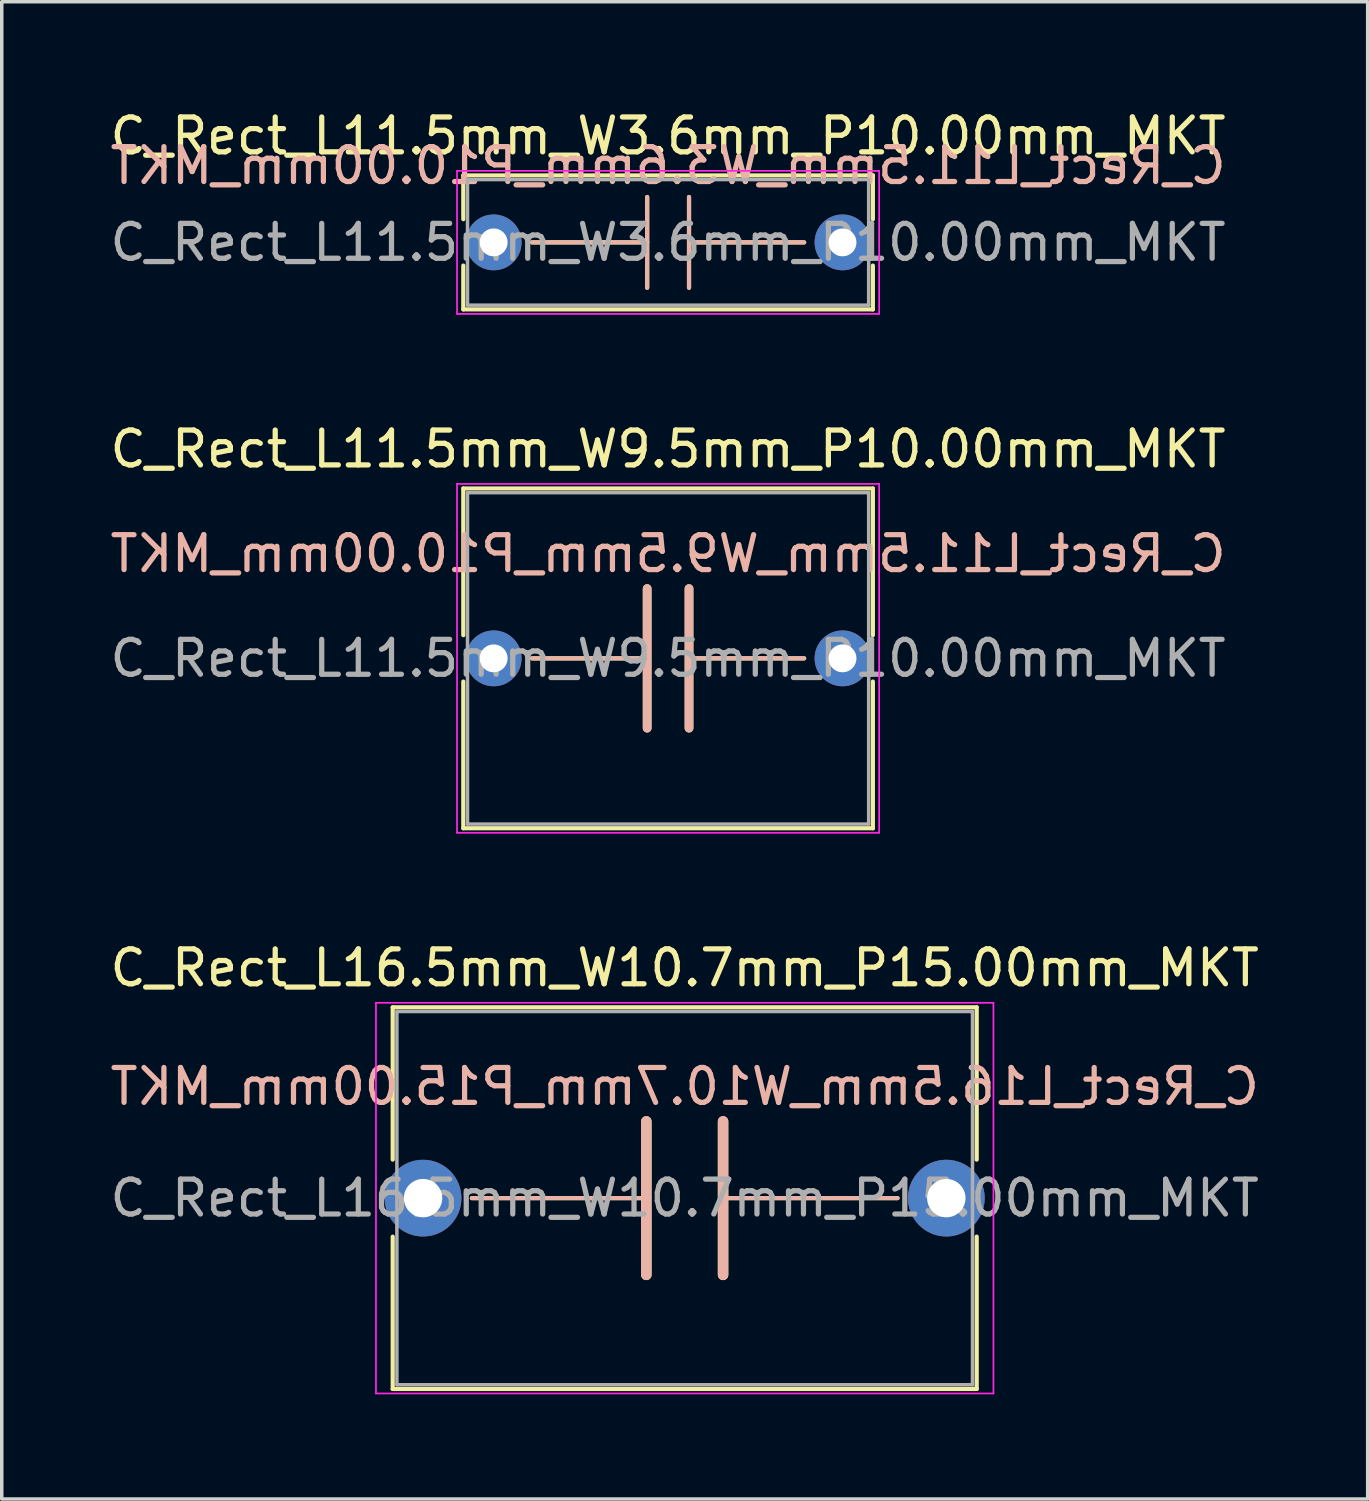
<source format=kicad_pcb>
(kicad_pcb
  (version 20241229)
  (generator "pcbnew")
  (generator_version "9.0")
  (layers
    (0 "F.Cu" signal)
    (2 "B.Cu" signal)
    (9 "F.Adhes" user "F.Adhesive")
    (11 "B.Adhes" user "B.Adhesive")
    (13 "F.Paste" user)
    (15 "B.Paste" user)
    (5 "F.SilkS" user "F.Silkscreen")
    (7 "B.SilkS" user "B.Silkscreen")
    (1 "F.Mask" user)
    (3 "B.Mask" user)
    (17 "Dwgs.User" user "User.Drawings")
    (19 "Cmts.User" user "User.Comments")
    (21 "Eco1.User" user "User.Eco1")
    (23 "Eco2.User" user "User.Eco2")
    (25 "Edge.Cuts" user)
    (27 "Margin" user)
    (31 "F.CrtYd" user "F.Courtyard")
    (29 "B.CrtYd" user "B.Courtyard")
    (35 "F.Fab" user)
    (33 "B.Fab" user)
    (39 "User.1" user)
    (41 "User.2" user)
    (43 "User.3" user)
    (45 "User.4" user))
  (footprint "C_Rect_L11.5mm_W9.5mm_P10.00mm_MKT"
    (layer "F.Cu")
    (at 11.101 15.822)
    (property "Reference" "C_Rect_L11.5mm_W9.5mm_P10.00mm_MKT" (at 5 -6 0) (layer "F.SilkS") (effects (font (size 1 1) (thickness 0.15))))
    (fp_line (start -0.87 -4.87) (end -0.87 -0.665) (stroke (width 0.12) (type solid)) (layer "F.SilkS"))
    (fp_line (start -0.87 -4.87) (end 10.87 -4.87) (stroke (width 0.12) (type solid)) (layer "F.SilkS"))
    (fp_line (start -0.87 0.665) (end -0.87 4.87) (stroke (width 0.12) (type solid)) (layer "F.SilkS"))
    (fp_line (start -0.87 4.87) (end 10.87 4.87) (stroke (width 0.12) (type solid)) (layer "F.SilkS"))
    (fp_line (start 1.1 0) (end 4.4 0) (stroke (width 0.12) (type solid)) (layer "F.SilkS"))
    (fp_line (start 4.4 2) (end 4.4 -2) (stroke (width 0.25) (type solid)) (layer "F.SilkS"))
    (fp_line (start 5.6 2) (end 5.6 -2) (stroke (width 0.25) (type solid)) (layer "F.SilkS"))
    (fp_line (start 8.9 0) (end 5.6 0) (stroke (width 0.12) (type solid)) (layer "F.SilkS"))
    (fp_line (start 10.87 -4.87) (end 10.87 -0.665) (stroke (width 0.12) (type solid)) (layer "F.SilkS"))
    (fp_line (start 10.87 0.665) (end 10.87 4.87) (stroke (width 0.12) (type solid)) (layer "F.SilkS"))
    (fp_line (start 1.1 0) (end 4.4 0) (stroke (width 0.12) (type solid)) (layer "B.SilkS"))
    (fp_line (start 4.4 -2) (end 4.4 2) (stroke (width 0.25) (type solid)) (layer "B.SilkS"))
    (fp_line (start 5.6 -2) (end 5.6 2) (stroke (width 0.25) (type solid)) (layer "B.SilkS"))
    (fp_line (start 8.9 0) (end 5.6 0) (stroke (width 0.12) (type solid)) (layer "B.SilkS"))
    (fp_line (start -1.05 -5) (end -1.05 5) (stroke (width 0.05) (type solid)) (layer "F.CrtYd"))
    (fp_line (start -1.05 5) (end 11.05 5) (stroke (width 0.05) (type solid)) (layer "F.CrtYd"))
    (fp_line (start 11.05 -5) (end -1.05 -5) (stroke (width 0.05) (type solid)) (layer "F.CrtYd"))
    (fp_line (start 11.05 5) (end 11.05 -5) (stroke (width 0.05) (type solid)) (layer "F.CrtYd"))
    (fp_line (start -0.75 -4.75) (end -0.75 4.75) (stroke (width 0.1) (type solid)) (layer "F.Fab"))
    (fp_line (start -0.75 4.75) (end 10.75 4.75) (stroke (width 0.1) (type solid)) (layer "F.Fab"))
    (fp_line (start 10.75 -4.75) (end -0.75 -4.75) (stroke (width 0.1) (type solid)) (layer "F.Fab"))
    (fp_line (start 10.75 4.75) (end 10.75 -4.75) (stroke (width 0.1) (type solid)) (layer "F.Fab"))
    (fp_text user "${REFERENCE}" (at 5 -3 0) (layer "B.SilkS") (effects (font (size 1 1) (thickness 0.15)) (justify mirror)))
    (fp_text user "${REFERENCE}" (at 5 0 0) (layer "F.Fab") (effects (font (size 1 1) (thickness 0.15))))
    (pad "1" thru_hole circle (at 0 0) (size 1.6 1.6) (drill 0.8) (layers "*.Cu" "*.Mask"))
    (pad "2" thru_hole circle (at 10 0) (size 1.6 1.6) (drill 0.8) (layers "*.Cu" "*.Mask")))
  (footprint "C_Rect_L11.5mm_W3.6mm_P10.00mm_MKT"
    (layer "F.Cu")
    (at 11.101 3.898)
    (property "Reference" "C_Rect_L11.5mm_W3.6mm_P10.00mm_MKT" (at 5 -3.05 0) (layer "F.SilkS") (effects (font (size 1 1) (thickness 0.15))))
    (fp_line (start -0.87 -1.92) (end -0.87 -0.665) (stroke (width 0.12) (type solid)) (layer "F.SilkS"))
    (fp_line (start -0.87 -1.92) (end 10.87 -1.92) (stroke (width 0.12) (type solid)) (layer "F.SilkS"))
    (fp_line (start -0.87 0.665) (end -0.87 1.92) (stroke (width 0.12) (type solid)) (layer "F.SilkS"))
    (fp_line (start -0.87 1.92) (end 10.87 1.92) (stroke (width 0.12) (type solid)) (layer "F.SilkS"))
    (fp_line (start 1.1 0) (end 4.4 0) (stroke (width 0.12) (type solid)) (layer "F.SilkS"))
    (fp_line (start 4.4 1.3) (end 4.4 -1.3) (stroke (width 0.12) (type solid)) (layer "F.SilkS"))
    (fp_line (start 5.6 1.3) (end 5.6 -1.3) (stroke (width 0.12) (type solid)) (layer "F.SilkS"))
    (fp_line (start 8.9 0) (end 5.6 0) (stroke (width 0.12) (type solid)) (layer "F.SilkS"))
    (fp_line (start 10.87 -1.92) (end 10.87 -0.665) (stroke (width 0.12) (type solid)) (layer "F.SilkS"))
    (fp_line (start 10.87 0.665) (end 10.87 1.92) (stroke (width 0.12) (type solid)) (layer "F.SilkS"))
    (fp_line (start 1.1 0) (end 4.4 0) (stroke (width 0.12) (type solid)) (layer "B.SilkS"))
    (fp_line (start 4.4 -1.3) (end 4.4 1.3) (stroke (width 0.12) (type solid)) (layer "B.SilkS"))
    (fp_line (start 5.6 -1.3) (end 5.6 1.3) (stroke (width 0.12) (type solid)) (layer "B.SilkS"))
    (fp_line (start 8.9 0) (end 5.6 0) (stroke (width 0.12) (type solid)) (layer "B.SilkS"))
    (fp_line (start -1.05 -2.05) (end -1.05 2.05) (stroke (width 0.05) (type solid)) (layer "F.CrtYd"))
    (fp_line (start -1.05 2.05) (end 11.05 2.05) (stroke (width 0.05) (type solid)) (layer "F.CrtYd"))
    (fp_line (start 11.05 -2.05) (end -1.05 -2.05) (stroke (width 0.05) (type solid)) (layer "F.CrtYd"))
    (fp_line (start 11.05 2.05) (end 11.05 -2.05) (stroke (width 0.05) (type solid)) (layer "F.CrtYd"))
    (fp_line (start -0.75 -1.8) (end -0.75 1.8) (stroke (width 0.1) (type solid)) (layer "F.Fab"))
    (fp_line (start -0.75 1.8) (end 10.75 1.8) (stroke (width 0.1) (type solid)) (layer "F.Fab"))
    (fp_line (start 10.75 -1.8) (end -0.75 -1.8) (stroke (width 0.1) (type solid)) (layer "F.Fab"))
    (fp_line (start 10.75 1.8) (end 10.75 -1.8) (stroke (width 0.1) (type solid)) (layer "F.Fab"))
    (fp_text user "${REFERENCE}" (at 5 -2.2 0) (layer "B.SilkS") (effects (font (size 1 1) (thickness 0.15)) (justify mirror)))
    (fp_text user "${REFERENCE}" (at 5 0 0) (layer "F.Fab") (effects (font (size 1 1) (thickness 0.15))))
    (pad "1" thru_hole circle (at 0 0) (size 1.6 1.6) (drill 0.8) (layers "*.Cu" "*.Mask"))
    (pad "2" thru_hole circle (at 10 0) (size 1.6 1.6) (drill 0.8) (layers "*.Cu" "*.Mask")))
  (footprint "C_Rect_L16.5mm_W10.7mm_P15.00mm_MKT"
    (layer "F.Cu")
    (at 9.077 31.295)
    (property "Reference" "C_Rect_L16.5mm_W10.7mm_P15.00mm_MKT" (at 7.5 -6.6 0) (layer "F.SilkS") (effects (font (size 1 1) (thickness 0.15))))
    (fp_line (start -0.87 -5.47) (end -0.87 -1.104) (stroke (width 0.12) (type solid)) (layer "F.SilkS"))
    (fp_line (start -0.87 -5.47) (end 15.87 -5.47) (stroke (width 0.12) (type solid)) (layer "F.SilkS"))
    (fp_line (start -0.87 1.104) (end -0.87 5.47) (stroke (width 0.12) (type solid)) (layer "F.SilkS"))
    (fp_line (start -0.87 5.47) (end 15.87 5.47) (stroke (width 0.12) (type solid)) (layer "F.SilkS"))
    (fp_line (start 1.4 0) (end 6.4 0) (stroke (width 0.12) (type solid)) (layer "F.SilkS"))
    (fp_line (start 6.4 -2.2) (end 6.4 2.2) (stroke (width 0.3) (type solid)) (layer "F.SilkS"))
    (fp_line (start 8.6 -2.2) (end 8.6 2.2) (stroke (width 0.3) (type solid)) (layer "F.SilkS"))
    (fp_line (start 8.6 0) (end 13.6 0) (stroke (width 0.12) (type solid)) (layer "F.SilkS"))
    (fp_line (start 15.87 -5.47) (end 15.87 -1.104) (stroke (width 0.12) (type solid)) (layer "F.SilkS"))
    (fp_line (start 15.87 1.104) (end 15.87 5.47) (stroke (width 0.12) (type solid)) (layer "F.SilkS"))
    (fp_line (start 1.4 0) (end 6.4 0) (stroke (width 0.12) (type solid)) (layer "B.SilkS"))
    (fp_line (start 6.4 2.2) (end 6.4 -2.2) (stroke (width 0.3) (type solid)) (layer "B.SilkS"))
    (fp_line (start 8.6 0) (end 13.6 0) (stroke (width 0.12) (type solid)) (layer "B.SilkS"))
    (fp_line (start 8.6 2.2) (end 8.6 -2.2) (stroke (width 0.3) (type solid)) (layer "B.SilkS"))
    (fp_line (start -1.35 -5.6) (end -1.35 5.6) (stroke (width 0.05) (type solid)) (layer "F.CrtYd"))
    (fp_line (start -1.35 5.6) (end 16.35 5.6) (stroke (width 0.05) (type solid)) (layer "F.CrtYd"))
    (fp_line (start 16.35 -5.6) (end -1.35 -5.6) (stroke (width 0.05) (type solid)) (layer "F.CrtYd"))
    (fp_line (start 16.35 5.6) (end 16.35 -5.6) (stroke (width 0.05) (type solid)) (layer "F.CrtYd"))
    (fp_line (start -0.75 -5.35) (end -0.75 5.35) (stroke (width 0.1) (type solid)) (layer "F.Fab"))
    (fp_line (start -0.75 5.35) (end 15.75 5.35) (stroke (width 0.1) (type solid)) (layer "F.Fab"))
    (fp_line (start 15.75 -5.35) (end -0.75 -5.35) (stroke (width 0.1) (type solid)) (layer "F.Fab"))
    (fp_line (start 15.75 5.35) (end 15.75 -5.35) (stroke (width 0.1) (type solid)) (layer "F.Fab"))
    (fp_text user "${REFERENCE}" (at 7.5 -3.2 0) (layer "B.SilkS") (effects (font (size 1 1) (thickness 0.15)) (justify mirror)))
    (fp_text user "${REFERENCE}" (at 7.5 0 0) (layer "F.Fab") (effects (font (size 1 1) (thickness 0.15))))
    (pad "1" thru_hole circle (at 0 0) (size 2.2 2.2) (drill 1.1) (layers "*.Cu" "*.Mask"))
    (pad "2" thru_hole circle (at 15 0) (size 2.2 2.2) (drill 1.1) (layers "*.Cu" "*.Mask")))
  (gr_rect
    (start -3 -3)
    (end 36.155 39.92)
    (stroke (width 0.1) (type default))
    (fill no)
    (layer "Edge.Cuts")))
</source>
